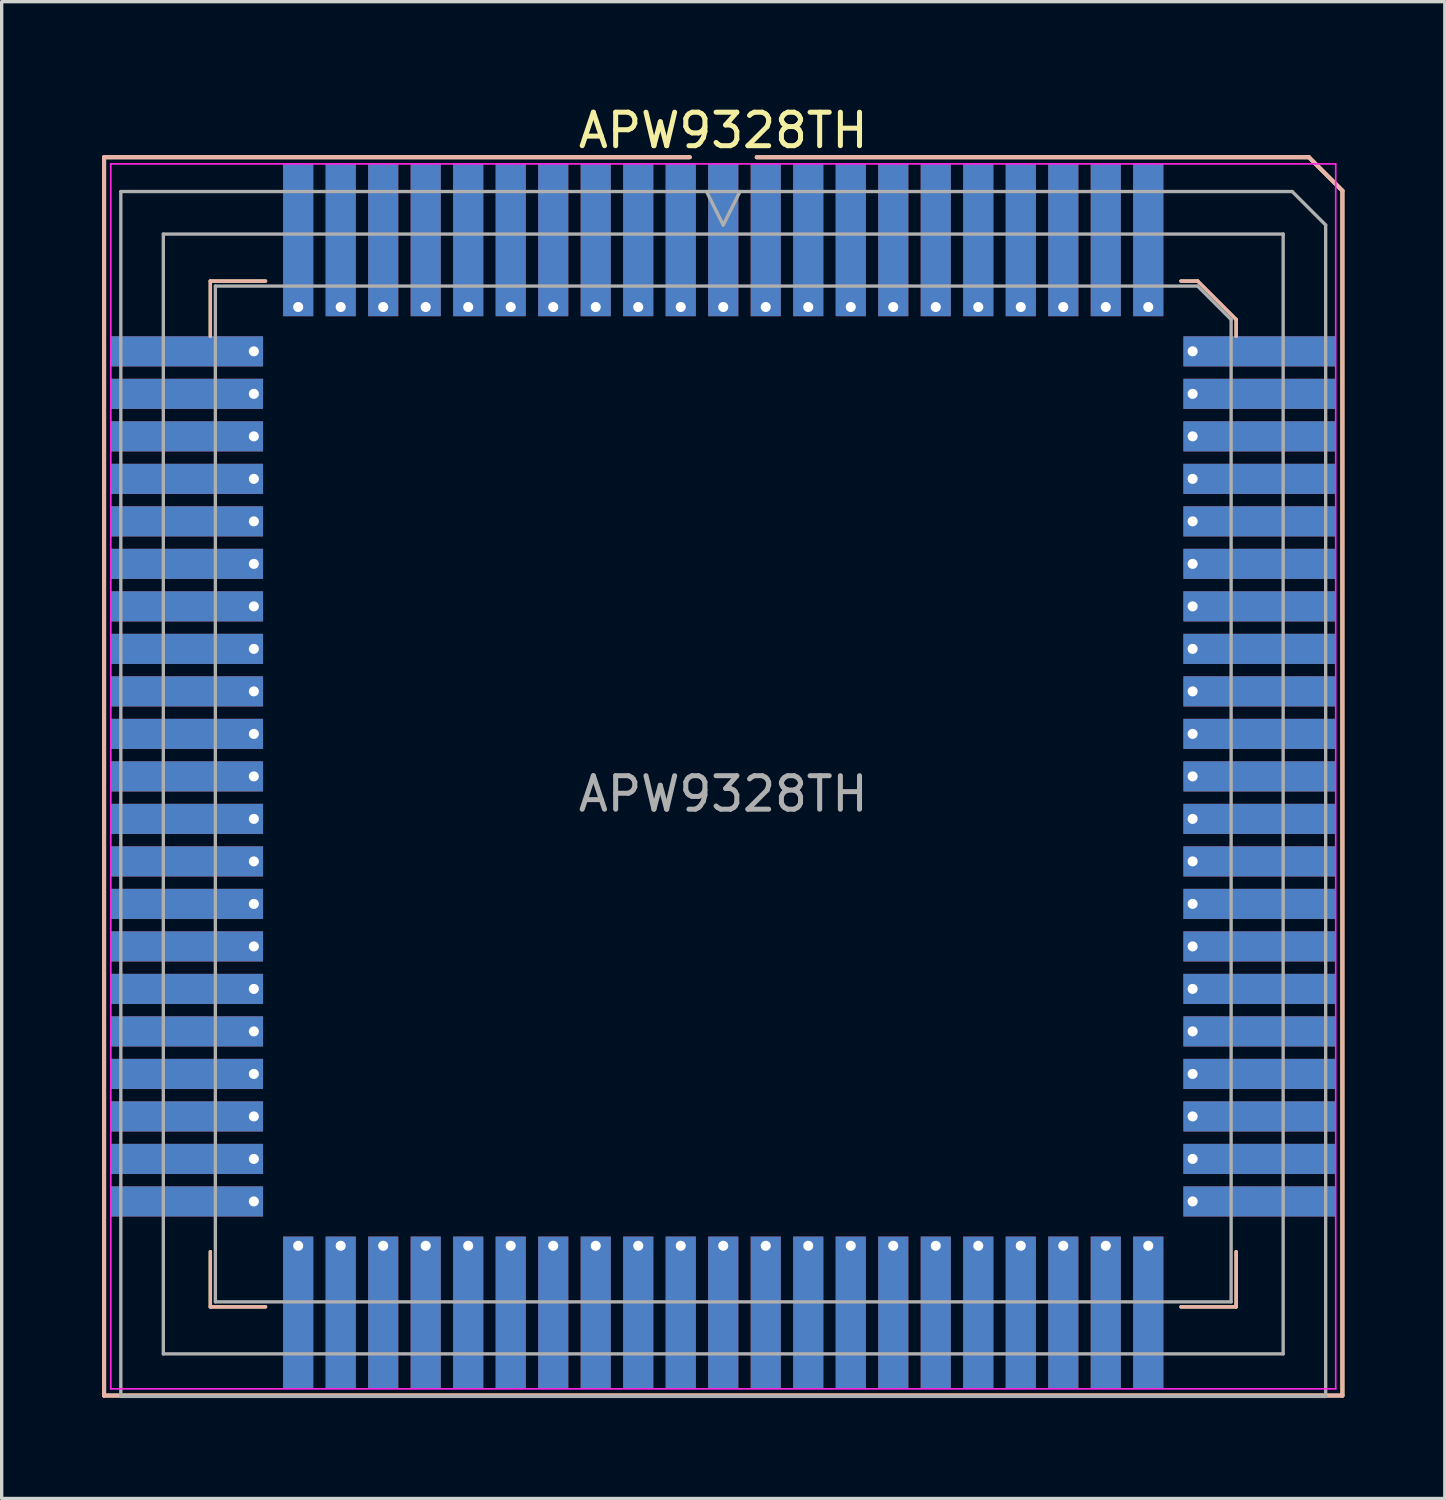
<source format=kicad_pcb>
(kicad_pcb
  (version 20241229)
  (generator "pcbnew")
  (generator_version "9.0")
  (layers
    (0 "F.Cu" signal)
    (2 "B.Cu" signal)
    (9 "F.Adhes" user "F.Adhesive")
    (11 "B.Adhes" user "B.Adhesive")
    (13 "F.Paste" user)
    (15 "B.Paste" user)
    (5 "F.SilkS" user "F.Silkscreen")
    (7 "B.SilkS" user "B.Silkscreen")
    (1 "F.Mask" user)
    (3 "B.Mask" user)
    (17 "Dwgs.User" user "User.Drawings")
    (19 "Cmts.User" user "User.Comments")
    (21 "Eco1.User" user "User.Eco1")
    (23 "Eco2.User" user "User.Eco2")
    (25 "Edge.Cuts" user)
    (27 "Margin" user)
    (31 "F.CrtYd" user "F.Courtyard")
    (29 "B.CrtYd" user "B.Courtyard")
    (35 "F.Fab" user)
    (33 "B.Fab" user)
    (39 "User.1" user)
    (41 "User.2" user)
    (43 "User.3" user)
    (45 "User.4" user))
  (footprint "APW9328TH"
    (layer "F.Cu")
    (at 18.56 20.148)
    (property "Reference" "APW9328TH" (at 0 -19.3 180) (layer "F.SilkS") (effects (font (size 1 1) (thickness 0.15))))
    (attr smd)
    (fp_line (start -18.5 -18.5) (end -1 -18.5) (stroke (width 0.12) (type solid)) (layer "F.SilkS"))
    (fp_line (start -18.5 18.5) (end -18.5 -18.5) (stroke (width 0.12) (type solid)) (layer "F.SilkS"))
    (fp_line (start -15.325 -14.8) (end -15.325 -13.15) (stroke (width 0.1) (type solid)) (layer "F.SilkS"))
    (fp_line (start -15.325 15.85) (end -15.325 14.2) (stroke (width 0.1) (type solid)) (layer "F.SilkS"))
    (fp_line (start -13.675 -14.8) (end -15.325 -14.8) (stroke (width 0.1) (type solid)) (layer "F.SilkS"))
    (fp_line (start -13.675 15.85) (end -15.325 15.85) (stroke (width 0.1) (type solid)) (layer "F.SilkS"))
    (fp_line (start 1 -18.5) (end 17.5 -18.5) (stroke (width 0.12) (type solid)) (layer "F.SilkS"))
    (fp_line (start 13.675 -14.8) (end 14.175 -14.8) (stroke (width 0.1) (type solid)) (layer "F.SilkS"))
    (fp_line (start 13.675 15.85) (end 15.325 15.85) (stroke (width 0.1) (type solid)) (layer "F.SilkS"))
    (fp_line (start 14.175 -14.8) (end 15.325 -13.65) (stroke (width 0.1) (type solid)) (layer "F.SilkS"))
    (fp_line (start 15.325 -13.65) (end 15.325 -13.15) (stroke (width 0.1) (type solid)) (layer "F.SilkS"))
    (fp_line (start 15.325 15.85) (end 15.325 14.2) (stroke (width 0.1) (type solid)) (layer "F.SilkS"))
    (fp_line (start 17.5 -18.5) (end 18.5 -17.5) (stroke (width 0.12) (type solid)) (layer "F.SilkS"))
    (fp_line (start 18.5 -17.5) (end 18.5 18.5) (stroke (width 0.12) (type solid)) (layer "F.SilkS"))
    (fp_line (start 18.5 18.5) (end -18.5 18.5) (stroke (width 0.12) (type solid)) (layer "F.SilkS"))
    (fp_line (start -18.5 -18.5) (end -1 -18.5) (stroke (width 0.12) (type solid)) (layer "B.SilkS"))
    (fp_line (start -18.5 18.5) (end -18.5 -18.5) (stroke (width 0.12) (type solid)) (layer "B.SilkS"))
    (fp_line (start -15.325 -14.8) (end -15.325 -13.15) (stroke (width 0.1) (type solid)) (layer "B.SilkS"))
    (fp_line (start -15.325 15.85) (end -15.325 14.2) (stroke (width 0.1) (type solid)) (layer "B.SilkS"))
    (fp_line (start -13.675 -14.8) (end -15.325 -14.8) (stroke (width 0.1) (type solid)) (layer "B.SilkS"))
    (fp_line (start -13.675 15.85) (end -15.325 15.85) (stroke (width 0.1) (type solid)) (layer "B.SilkS"))
    (fp_line (start 1 -18.5) (end 17.5 -18.5) (stroke (width 0.12) (type solid)) (layer "B.SilkS"))
    (fp_line (start 13.675 -14.8) (end 14.175 -14.8) (stroke (width 0.1) (type solid)) (layer "B.SilkS"))
    (fp_line (start 13.675 15.85) (end 15.325 15.85) (stroke (width 0.1) (type solid)) (layer "B.SilkS"))
    (fp_line (start 14.175 -14.8) (end 15.325 -13.65) (stroke (width 0.1) (type solid)) (layer "B.SilkS"))
    (fp_line (start 15.325 -13.65) (end 15.325 -13.15) (stroke (width 0.1) (type solid)) (layer "B.SilkS"))
    (fp_line (start 15.325 15.85) (end 15.325 14.2) (stroke (width 0.1) (type solid)) (layer "B.SilkS"))
    (fp_line (start 17.5 -18.5) (end 18.5 -17.5) (stroke (width 0.12) (type solid)) (layer "B.SilkS"))
    (fp_line (start 18.5 -17.5) (end 18.5 18.5) (stroke (width 0.12) (type solid)) (layer "B.SilkS"))
    (fp_line (start 18.5 18.5) (end -18.5 18.5) (stroke (width 0.12) (type solid)) (layer "B.SilkS"))
    (fp_line (start -18.3 -18.3) (end 18.3 -18.3) (stroke (width 0.05) (type solid)) (layer "F.CrtYd"))
    (fp_line (start -18.3 18.3) (end -18.3 -18.3) (stroke (width 0.05) (type solid)) (layer "F.CrtYd"))
    (fp_line (start 18.3 -18.3) (end 18.3 18.3) (stroke (width 0.05) (type solid)) (layer "F.CrtYd"))
    (fp_line (start 18.3 18.3) (end -18.3 18.3) (stroke (width 0.05) (type solid)) (layer "F.CrtYd"))
    (fp_line (start -18 -17.475) (end 17 -17.475) (stroke (width 0.1) (type solid)) (layer "F.Fab"))
    (fp_line (start -18 18.525) (end -18 -17.475) (stroke (width 0.1) (type solid)) (layer "F.Fab"))
    (fp_line (start -16.73 -16.205) (end 16.73 -16.205) (stroke (width 0.1) (type solid)) (layer "F.Fab"))
    (fp_line (start -16.73 17.255) (end -16.73 -16.205) (stroke (width 0.1) (type solid)) (layer "F.Fab"))
    (fp_line (start -15.175 -14.65) (end 14.175 -14.65) (stroke (width 0.1) (type solid)) (layer "F.Fab"))
    (fp_line (start -15.175 15.7) (end -15.175 -14.65) (stroke (width 0.1) (type solid)) (layer "F.Fab"))
    (fp_line (start 0 -16.475) (end -0.5 -17.475) (stroke (width 0.1) (type solid)) (layer "F.Fab"))
    (fp_line (start 0.5 -17.475) (end 0 -16.475) (stroke (width 0.1) (type solid)) (layer "F.Fab"))
    (fp_line (start 14.175 -14.65) (end 15.175 -13.65) (stroke (width 0.1) (type solid)) (layer "F.Fab"))
    (fp_line (start 15.175 -13.65) (end 15.175 15.7) (stroke (width 0.1) (type solid)) (layer "F.Fab"))
    (fp_line (start 15.175 15.7) (end -15.175 15.7) (stroke (width 0.1) (type solid)) (layer "F.Fab"))
    (fp_line (start 16.73 -16.205) (end 16.73 17.255) (stroke (width 0.1) (type solid)) (layer "F.Fab"))
    (fp_line (start 16.73 17.255) (end -16.73 17.255) (stroke (width 0.1) (type solid)) (layer "F.Fab"))
    (fp_line (start 17 -17.475) (end 18 -16.475) (stroke (width 0.1) (type solid)) (layer "F.Fab"))
    (fp_line (start 18 -16.475) (end 18 18.525) (stroke (width 0.1) (type solid)) (layer "F.Fab"))
    (fp_line (start 18 18.525) (end -18 18.525) (stroke (width 0.1) (type solid)) (layer "F.Fab"))
    (fp_text user "${REFERENCE}" (at 0 0.525 180) (layer "F.Fab") (effects (font (size 1 1) (thickness 0.15))))
    (pad "1" thru_hole rect (at 0 -14.025) (size 0.9 4.55) (drill 0.3 (offset 0 -2)) (layers "*.Cu" "*.Mask"))
    (pad "2" thru_hole rect (at 1.27 -14.025) (size 0.9 4.55) (drill 0.3 (offset 0 -2)) (layers "*.Cu" "*.Mask"))
    (pad "3" thru_hole rect (at 2.54 -14.025) (size 0.9 4.55) (drill 0.3 (offset 0 -2)) (layers "*.Cu" "*.Mask"))
    (pad "4" thru_hole rect (at 3.81 -14.025) (size 0.9 4.55) (drill 0.3 (offset 0 -2)) (layers "*.Cu" "*.Mask"))
    (pad "5" thru_hole rect (at 5.08 -14.025) (size 0.9 4.55) (drill 0.3 (offset 0 -2)) (layers "*.Cu" "*.Mask"))
    (pad "6" thru_hole rect (at 6.35 -14.025) (size 0.9 4.55) (drill 0.3 (offset 0 -2)) (layers "*.Cu" "*.Mask"))
    (pad "7" thru_hole rect (at 7.62 -14.025) (size 0.9 4.55) (drill 0.3 (offset 0 -2)) (layers "*.Cu" "*.Mask"))
    (pad "8" thru_hole rect (at 8.89 -14.025) (size 0.9 4.55) (drill 0.3 (offset 0 -2)) (layers "*.Cu" "*.Mask"))
    (pad "9" thru_hole rect (at 10.16 -14.025) (size 0.9 4.55) (drill 0.3 (offset 0 -2)) (layers "*.Cu" "*.Mask"))
    (pad "10" thru_hole rect (at 11.43 -14.025) (size 0.9 4.55) (drill 0.3 (offset 0 -2)) (layers "*.Cu" "*.Mask"))
    (pad "11" thru_hole rect (at 12.7 -14.025) (size 0.9 4.55) (drill 0.3 (offset 0 -2)) (layers "*.Cu" "*.Mask"))
    (pad "12" thru_hole rect (at 14.025 -12.7) (size 4.55 0.9) (drill 0.3 (offset 2 0)) (layers "*.Cu" "*.Mask"))
    (pad "13" thru_hole rect (at 14.025 -11.43) (size 4.55 0.9) (drill 0.3 (offset 2 0)) (layers "*.Cu" "*.Mask"))
    (pad "14" thru_hole rect (at 14.025 -10.16) (size 4.55 0.9) (drill 0.3 (offset 2 0)) (layers "*.Cu" "*.Mask"))
    (pad "15" thru_hole rect (at 14.025 -8.89) (size 4.55 0.9) (drill 0.3 (offset 2 0)) (layers "*.Cu" "*.Mask"))
    (pad "16" thru_hole rect (at 14.025 -7.62) (size 4.55 0.9) (drill 0.3 (offset 2 0)) (layers "*.Cu" "*.Mask"))
    (pad "17" thru_hole rect (at 14.025 -6.35) (size 4.55 0.9) (drill 0.3 (offset 2 0)) (layers "*.Cu" "*.Mask"))
    (pad "18" thru_hole rect (at 14.025 -5.08) (size 4.55 0.9) (drill 0.3 (offset 2 0)) (layers "*.Cu" "*.Mask"))
    (pad "19" thru_hole rect (at 14.025 -3.81) (size 4.55 0.9) (drill 0.3 (offset 2 0)) (layers "*.Cu" "*.Mask"))
    (pad "20" thru_hole rect (at 14.025 -2.54) (size 4.55 0.9) (drill 0.3 (offset 2 0)) (layers "*.Cu" "*.Mask"))
    (pad "21" thru_hole rect (at 14.025 -1.27) (size 4.55 0.9) (drill 0.3 (offset 2 0)) (layers "*.Cu" "*.Mask"))
    (pad "22" thru_hole rect (at 14.025 0) (size 4.55 0.9) (drill 0.3 (offset 2 0)) (layers "*.Cu" "*.Mask"))
    (pad "23" thru_hole rect (at 14.025 1.27) (size 4.55 0.9) (drill 0.3 (offset 2 0)) (layers "*.Cu" "*.Mask"))
    (pad "24" thru_hole rect (at 14.025 2.54) (size 4.55 0.9) (drill 0.3 (offset 2 0)) (layers "*.Cu" "*.Mask"))
    (pad "25" thru_hole rect (at 14.025 3.81) (size 4.55 0.9) (drill 0.3 (offset 2 0)) (layers "*.Cu" "*.Mask"))
    (pad "26" thru_hole rect (at 14.025 5.08) (size 4.55 0.9) (drill 0.3 (offset 2 0)) (layers "*.Cu" "*.Mask"))
    (pad "27" thru_hole rect (at 14.025 6.35) (size 4.55 0.9) (drill 0.3 (offset 2 0)) (layers "*.Cu" "*.Mask"))
    (pad "28" thru_hole rect (at 14.025 7.62) (size 4.55 0.9) (drill 0.3 (offset 2 0)) (layers "*.Cu" "*.Mask"))
    (pad "29" thru_hole rect (at 14.025 8.89) (size 4.55 0.9) (drill 0.3 (offset 2 0)) (layers "*.Cu" "*.Mask"))
    (pad "30" thru_hole rect (at 14.025 10.16) (size 4.55 0.9) (drill 0.3 (offset 2 0)) (layers "*.Cu" "*.Mask"))
    (pad "31" thru_hole rect (at 14.025 11.43) (size 4.55 0.9) (drill 0.3 (offset 2 0)) (layers "*.Cu" "*.Mask"))
    (pad "32" thru_hole rect (at 14.025 12.7) (size 4.55 0.9) (drill 0.3 (offset 2 0)) (layers "*.Cu" "*.Mask"))
    (pad "33" thru_hole rect (at 12.7 14.025) (size 0.9 4.55) (drill 0.3 (offset 0 2)) (layers "*.Cu" "*.Mask"))
    (pad "34" thru_hole rect (at 11.43 14.025) (size 0.9 4.55) (drill 0.3 (offset 0 2)) (layers "*.Cu" "*.Mask"))
    (pad "35" thru_hole rect (at 10.16 14.025) (size 0.9 4.55) (drill 0.3 (offset 0 2)) (layers "*.Cu" "*.Mask"))
    (pad "36" thru_hole rect (at 8.89 14.025) (size 0.9 4.55) (drill 0.3 (offset 0 2)) (layers "*.Cu" "*.Mask"))
    (pad "37" thru_hole rect (at 7.62 14.025) (size 0.9 4.55) (drill 0.3 (offset 0 2)) (layers "*.Cu" "*.Mask"))
    (pad "38" thru_hole rect (at 6.35 14.025) (size 0.9 4.55) (drill 0.3 (offset 0 2)) (layers "*.Cu" "*.Mask"))
    (pad "39" thru_hole rect (at 5.08 14.025) (size 0.9 4.55) (drill 0.3 (offset 0 2)) (layers "*.Cu" "*.Mask"))
    (pad "40" thru_hole rect (at 3.81 14.025) (size 0.9 4.55) (drill 0.3 (offset 0 2)) (layers "*.Cu" "*.Mask"))
    (pad "41" thru_hole rect (at 2.54 14.025) (size 0.9 4.55) (drill 0.3 (offset 0 2)) (layers "*.Cu" "*.Mask"))
    (pad "42" thru_hole rect (at 1.27 14.025) (size 0.9 4.55) (drill 0.3 (offset 0 2)) (layers "*.Cu" "*.Mask"))
    (pad "43" thru_hole rect (at 0 14.025) (size 0.9 4.55) (drill 0.3 (offset 0 2)) (layers "*.Cu" "*.Mask"))
    (pad "44" thru_hole rect (at -1.27 14.025) (size 0.9 4.55) (drill 0.3 (offset 0 2)) (layers "*.Cu" "*.Mask"))
    (pad "45" thru_hole rect (at -2.54 14.025) (size 0.9 4.55) (drill 0.3 (offset 0 2)) (layers "*.Cu" "*.Mask"))
    (pad "46" thru_hole rect (at -3.81 14.025) (size 0.9 4.55) (drill 0.3 (offset 0 2)) (layers "*.Cu" "*.Mask"))
    (pad "47" thru_hole rect (at -5.08 14.025) (size 0.9 4.55) (drill 0.3 (offset 0 2)) (layers "*.Cu" "*.Mask"))
    (pad "48" thru_hole rect (at -6.35 14.025) (size 0.9 4.55) (drill 0.3 (offset 0 2)) (layers "*.Cu" "*.Mask"))
    (pad "49" thru_hole rect (at -7.62 14.025) (size 0.9 4.55) (drill 0.3 (offset 0 2)) (layers "*.Cu" "*.Mask"))
    (pad "50" thru_hole rect (at -8.89 14.025) (size 0.9 4.55) (drill 0.3 (offset 0 2)) (layers "*.Cu" "*.Mask"))
    (pad "51" thru_hole rect (at -10.16 14.025) (size 0.9 4.55) (drill 0.3 (offset 0 2)) (layers "*.Cu" "*.Mask"))
    (pad "52" thru_hole rect (at -11.43 14.025) (size 0.9 4.55) (drill 0.3 (offset 0 2)) (layers "*.Cu" "*.Mask"))
    (pad "53" thru_hole rect (at -12.7 14.025) (size 0.9 4.55) (drill 0.3 (offset 0 2)) (layers "*.Cu" "*.Mask"))
    (pad "54" thru_hole rect (at -14.025 12.7) (size 4.55 0.9) (drill 0.3 (offset -2 0)) (layers "*.Cu" "*.Mask"))
    (pad "55" thru_hole rect (at -14.025 11.43) (size 4.55 0.9) (drill 0.3 (offset -2 0)) (layers "*.Cu" "*.Mask"))
    (pad "56" thru_hole rect (at -14.025 10.16) (size 4.55 0.9) (drill 0.3 (offset -2 0)) (layers "*.Cu" "*.Mask"))
    (pad "57" thru_hole rect (at -14.025 8.89) (size 4.55 0.9) (drill 0.3 (offset -2 0)) (layers "*.Cu" "*.Mask"))
    (pad "58" thru_hole rect (at -14.025 7.62) (size 4.55 0.9) (drill 0.3 (offset -2 0)) (layers "*.Cu" "*.Mask"))
    (pad "59" thru_hole rect (at -14.025 6.35) (size 4.55 0.9) (drill 0.3 (offset -2 0)) (layers "*.Cu" "*.Mask"))
    (pad "60" thru_hole rect (at -14.025 5.08) (size 4.55 0.9) (drill 0.3 (offset -2 0)) (layers "*.Cu" "*.Mask"))
    (pad "61" thru_hole rect (at -14.025 3.81) (size 4.55 0.9) (drill 0.3 (offset -2 0)) (layers "*.Cu" "*.Mask"))
    (pad "62" thru_hole rect (at -14.025 2.54) (size 4.55 0.9) (drill 0.3 (offset -2 0)) (layers "*.Cu" "*.Mask"))
    (pad "63" thru_hole rect (at -14.025 1.27) (size 4.55 0.9) (drill 0.3 (offset -2 0)) (layers "*.Cu" "*.Mask"))
    (pad "64" thru_hole rect (at -14.025 0) (size 4.55 0.9) (drill 0.3 (offset -2 0)) (layers "*.Cu" "*.Mask"))
    (pad "65" thru_hole rect (at -14.025 -1.27) (size 4.55 0.9) (drill 0.3 (offset -2 0)) (layers "*.Cu" "*.Mask"))
    (pad "66" thru_hole rect (at -14.025 -2.54) (size 4.55 0.9) (drill 0.3 (offset -2 0)) (layers "*.Cu" "*.Mask"))
    (pad "67" thru_hole rect (at -14.025 -3.81) (size 4.55 0.9) (drill 0.3 (offset -2 0)) (layers "*.Cu" "*.Mask"))
    (pad "68" thru_hole rect (at -14.025 -5.08) (size 4.55 0.9) (drill 0.3 (offset -2 0)) (layers "*.Cu" "*.Mask"))
    (pad "69" thru_hole rect (at -14.025 -6.35) (size 4.55 0.9) (drill 0.3 (offset -2 0)) (layers "*.Cu" "*.Mask"))
    (pad "70" thru_hole rect (at -14.025 -7.62) (size 4.55 0.9) (drill 0.3 (offset -2 0)) (layers "*.Cu" "*.Mask"))
    (pad "71" thru_hole rect (at -14.025 -8.89) (size 4.55 0.9) (drill 0.3 (offset -2 0)) (layers "*.Cu" "*.Mask"))
    (pad "72" thru_hole rect (at -14.025 -10.16) (size 4.55 0.9) (drill 0.3 (offset -2 0)) (layers "*.Cu" "*.Mask"))
    (pad "73" thru_hole rect (at -14.025 -11.43) (size 4.55 0.9) (drill 0.3 (offset -2 0)) (layers "*.Cu" "*.Mask"))
    (pad "74" thru_hole rect (at -14.025 -12.7) (size 4.55 0.9) (drill 0.3 (offset -2 0)) (layers "*.Cu" "*.Mask"))
    (pad "75" thru_hole rect (at -12.7 -14.025) (size 0.9 4.55) (drill 0.3 (offset 0 -2)) (layers "*.Cu" "*.Mask"))
    (pad "76" thru_hole rect (at -11.43 -14.025) (size 0.9 4.55) (drill 0.3 (offset 0 -2)) (layers "*.Cu" "*.Mask"))
    (pad "77" thru_hole rect (at -10.16 -14.025) (size 0.9 4.55) (drill 0.3 (offset 0 -2)) (layers "*.Cu" "*.Mask"))
    (pad "78" thru_hole rect (at -8.89 -14.025) (size 0.9 4.55) (drill 0.3 (offset 0 -2)) (layers "*.Cu" "*.Mask"))
    (pad "79" thru_hole rect (at -7.62 -14.025) (size 0.9 4.55) (drill 0.3 (offset 0 -2)) (layers "*.Cu" "*.Mask"))
    (pad "80" thru_hole rect (at -6.35 -14.025) (size 0.9 4.55) (drill 0.3 (offset 0 -2)) (layers "*.Cu" "*.Mask"))
    (pad "81" thru_hole rect (at -5.08 -14.025) (size 0.9 4.55) (drill 0.3 (offset 0 -2)) (layers "*.Cu" "*.Mask"))
    (pad "82" thru_hole rect (at -3.81 -14.025) (size 0.9 4.55) (drill 0.3 (offset 0 -2)) (layers "*.Cu" "*.Mask"))
    (pad "83" thru_hole rect (at -2.54 -14.025) (size 0.9 4.55) (drill 0.3 (offset 0 -2)) (layers "*.Cu" "*.Mask"))
    (pad "84" thru_hole rect (at -1.27 -14.025) (size 0.9 4.55) (drill 0.3 (offset 0 -2)) (layers "*.Cu" "*.Mask")))
  (gr_rect
    (start -3 -3)
    (end 40.12 41.723)
    (stroke (width 0.1) (type default))
    (fill no)
    (layer "Edge.Cuts")))
</source>
